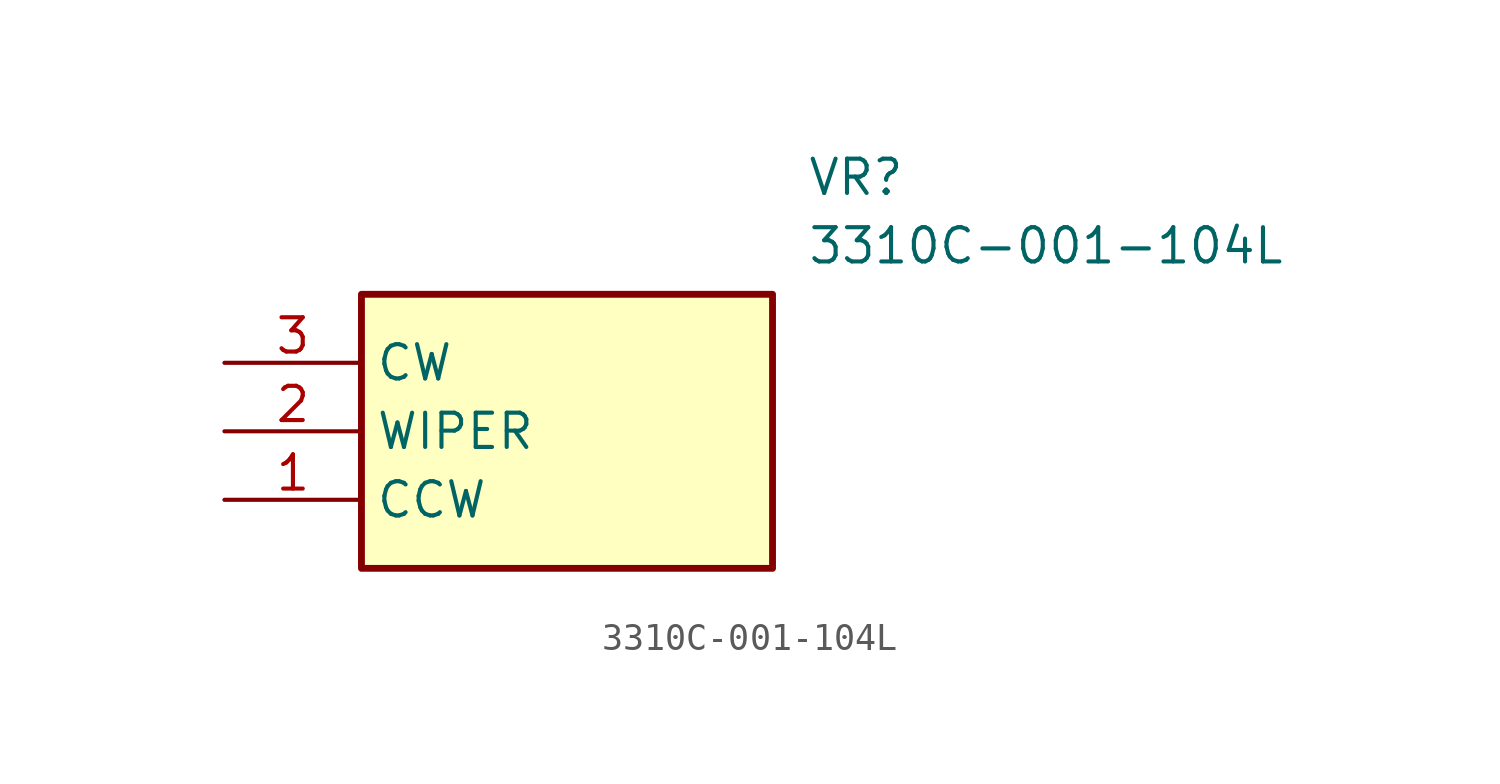
<source format=kicad_sym>
(kicad_symbol_lib
  (version 20211014)
  (generator SamacSys_ECAD_Model)
  (symbol "3310C-001-104L"
    (property "Reference" "VR"
      (at 21.59 7.62 0)
      (effects (font (size 1.27 1.27)) (justify left top)))
    (property "Value" "3310C-001-104L"
      (at 21.59 5.08 0)
      (effects (font (size 1.27 1.27)) (justify left top)))
    (rectangle
      (start 5.08 2.54)
      (end 20.32 -7.62)
      (stroke (width 0.254) (type default))
      (fill (type background)))
    (pin passive line
      (at 0 -5.08 0)
      (length 5.08)
      (name "CCW" (effects (font (size 1.27 1.27))))
      (number "1" (effects (font (size 1.27 1.27)))))
    (pin passive line
      (at 0 -2.54 0)
      (length 5.08)
      (name "WIPER" (effects (font (size 1.27 1.27))))
      (number "2" (effects (font (size 1.27 1.27)))))
    (pin passive line
      (at 0 0 0)
      (length 5.08)
      (name "CW" (effects (font (size 1.27 1.27))))
      (number "3" (effects (font (size 1.27 1.27)))))))
</source>
